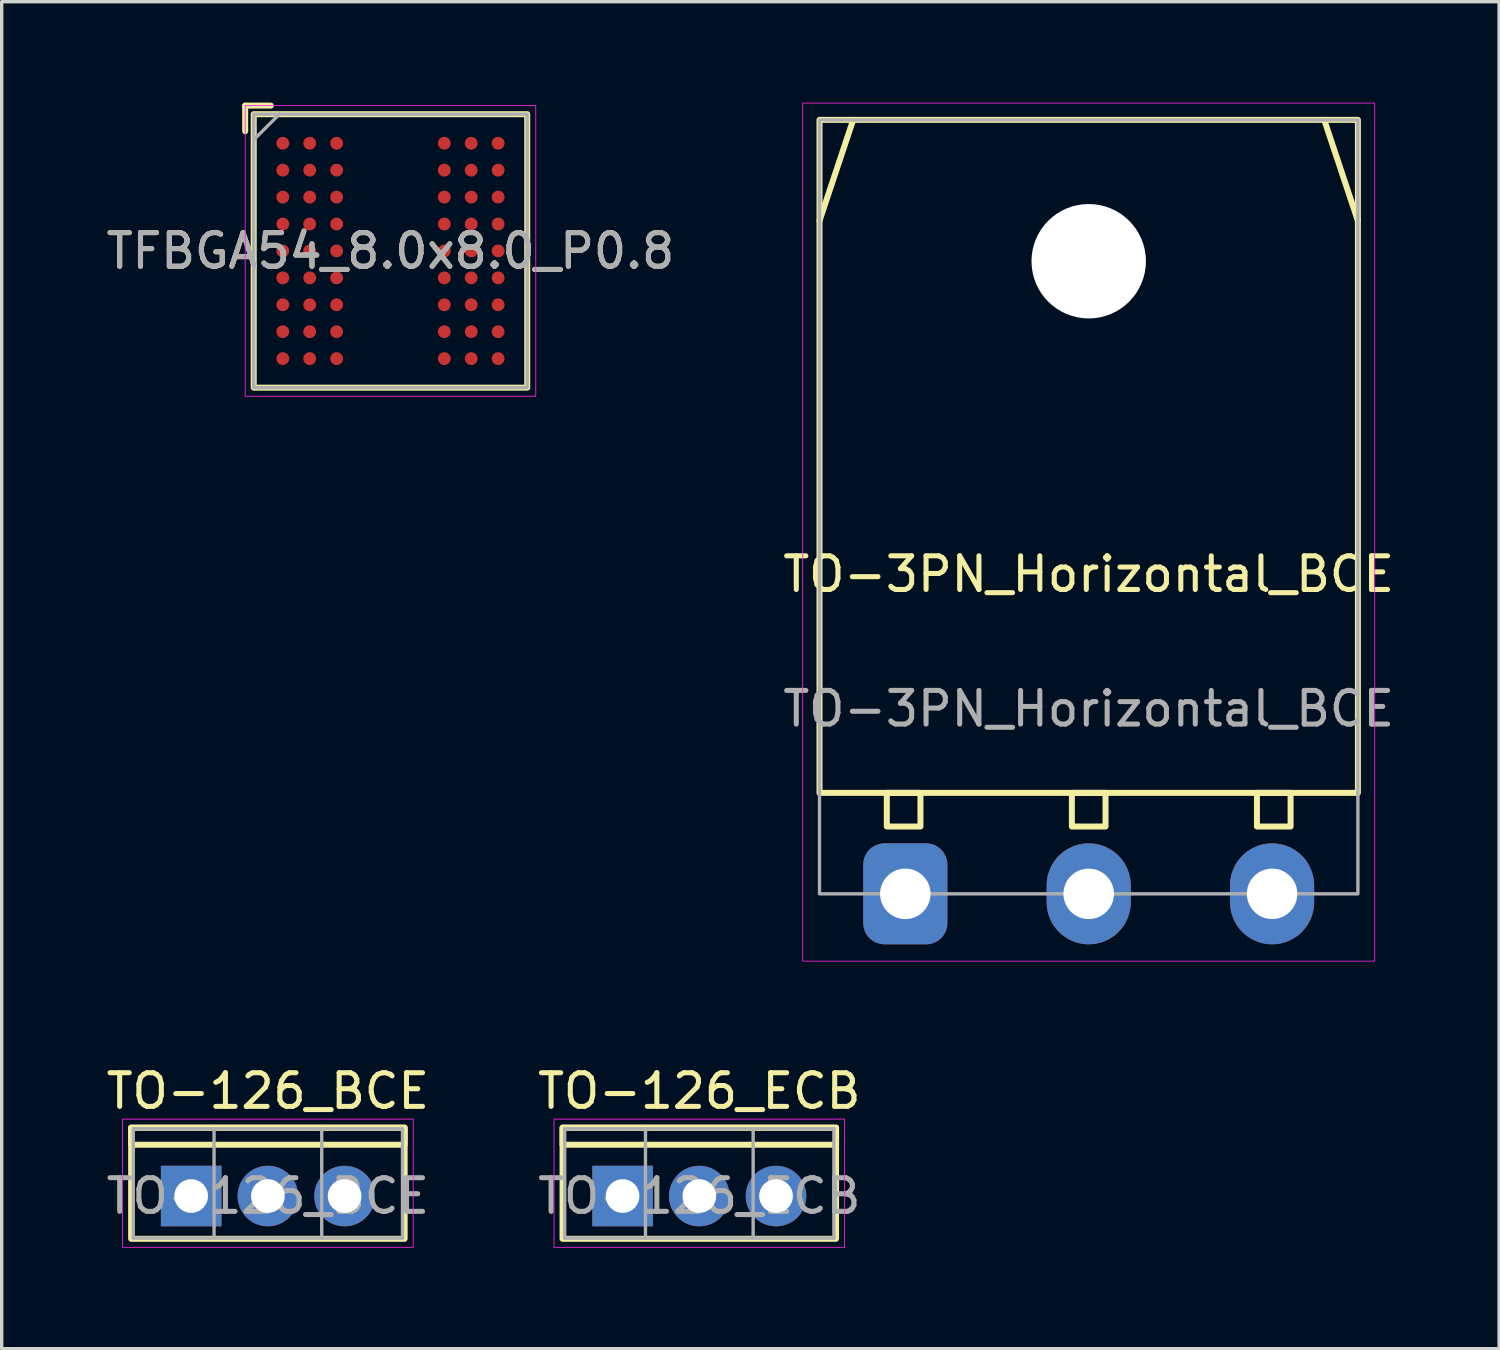
<source format=kicad_pcb>
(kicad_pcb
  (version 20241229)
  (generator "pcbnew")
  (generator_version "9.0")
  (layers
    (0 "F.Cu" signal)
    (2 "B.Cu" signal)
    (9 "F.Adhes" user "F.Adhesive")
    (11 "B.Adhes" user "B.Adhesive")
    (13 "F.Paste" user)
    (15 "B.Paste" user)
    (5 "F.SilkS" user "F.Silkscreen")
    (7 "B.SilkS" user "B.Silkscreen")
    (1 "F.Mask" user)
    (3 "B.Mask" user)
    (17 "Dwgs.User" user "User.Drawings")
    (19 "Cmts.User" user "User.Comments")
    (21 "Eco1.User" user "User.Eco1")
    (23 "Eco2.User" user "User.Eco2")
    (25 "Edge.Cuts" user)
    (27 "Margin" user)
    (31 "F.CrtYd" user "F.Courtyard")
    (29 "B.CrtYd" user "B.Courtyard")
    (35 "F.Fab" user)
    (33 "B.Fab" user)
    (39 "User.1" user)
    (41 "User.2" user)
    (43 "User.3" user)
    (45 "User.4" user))
  (footprint "TO-3PN_Horizontal_BCE"
    (layer "F.Cu")
    (at 29.304 23.513)
    (property "Reference" "TO-3PN_Horizontal_BCE" (at 0 -9.5 0) (unlocked yes) (layer "F.SilkS") (effects (font (size 1 1) (thickness 0.15))))
    (attr through_hole)
    (fp_line (start -7 -23) (end -8 -20) (stroke (width 0.178) (type solid)) (layer "F.SilkS"))
    (fp_line (start 8 -20) (end 7 -23) (stroke (width 0.178) (type solid)) (layer "F.SilkS"))
    (fp_rect (start -8 -3) (end 8 -23) (stroke (width 0.178) (type solid)) (fill no) (layer "F.SilkS"))
    (fp_rect (start -6 -3) (end -5 -2) (stroke (width 0.178) (type solid)) (fill no) (layer "F.SilkS"))
    (fp_rect (start -0.5 -3) (end 0.5 -2) (stroke (width 0.178) (type solid)) (fill no) (layer "F.SilkS"))
    (fp_rect (start 5 -3) (end 6 -2) (stroke (width 0.178) (type solid)) (fill no) (layer "F.SilkS"))
    (fp_rect (start -8.5 2) (end 8.5 -23.5) (stroke (width 0.025) (type solid)) (fill no) (layer "F.CrtYd"))
    (fp_rect (start -8 -23) (end 8 0) (stroke (width 0.1) (type solid)) (fill no) (layer "F.Fab"))
    (fp_text user "${REFERENCE}" (at 0 -5.5 0) (unlocked yes) (layer "F.Fab") (effects (font (size 1 1) (thickness 0.15))))
    (pad "" np_thru_hole circle (at 0 -18.8) (size 3.4 3.4) (drill 3.4) (layers "*.Cu" "*.Mask"))
    (pad "B" thru_hole roundrect (at -5.45 0) (size 2.5 3) (drill 1.5) (layers "*.Cu" "*.Mask") (roundrect_rratio 0.25))
    (pad "C" thru_hole oval (at 0 0) (size 2.5 3) (drill 1.5) (layers "*.Cu" "*.Mask"))
    (pad "E" thru_hole oval (at 5.45 0) (size 2.5 3) (drill 1.5) (layers "*.Cu" "*.Mask")))
  (footprint "TO-126_ECB"
    (layer "F.Cu")
    (at 17.732 32.494)
    (property "Reference" "TO-126_ECB" (at 0 -3.12 0) (layer "F.SilkS") (effects (font (size 1 1) (thickness 0.15))))
    (attr through_hole)
    (fp_rect (start -4.064 -2.032) (end 4.064 -1.524) (stroke (width 0.178) (type solid)) (fill no) (layer "F.SilkS"))
    (fp_rect (start -4.064 -2.032) (end 4.064 1.27) (stroke (width 0.178) (type solid)) (fill no) (layer "F.SilkS"))
    (fp_rect (start -4.318 -2.286) (end 4.318 1.524) (stroke (width 0.025) (type solid)) (fill no) (layer "F.CrtYd"))
    (fp_line (start -4 -2) (end -4 1.25) (stroke (width 0.1) (type solid)) (layer "F.Fab"))
    (fp_line (start -4 1.25) (end 4 1.25) (stroke (width 0.1) (type solid)) (layer "F.Fab"))
    (fp_line (start -1.6 -2) (end -1.6 1.25) (stroke (width 0.1) (type solid)) (layer "F.Fab"))
    (fp_line (start 1.6 -2) (end 1.6 1.25) (stroke (width 0.1) (type solid)) (layer "F.Fab"))
    (fp_line (start 4 -2) (end -4 -2) (stroke (width 0.1) (type solid)) (layer "F.Fab"))
    (fp_line (start 4 1.25) (end 4 -2) (stroke (width 0.1) (type solid)) (layer "F.Fab"))
    (fp_text user "${REFERENCE}" (at 0 0 0) (layer "F.Fab") (effects (font (size 1 1) (thickness 0.15))))
    (pad "B" thru_hole oval (at 2.28 0) (size 1.8 1.8) (drill 1) (layers "*.Cu" "*.Mask"))
    (pad "C" thru_hole oval (at 0 0) (size 1.8 1.8) (drill 1) (layers "*.Cu" "*.Mask"))
    (pad "E" thru_hole rect (at -2.28 0) (size 1.8 1.8) (drill 1) (layers "*.Cu" "*.Mask")))
  (footprint "TO-126_BCE"
    (layer "F.Cu")
    (at 4.911 32.494)
    (property "Reference" "TO-126_BCE" (at 0 -3.12 0) (layer "F.SilkS") (effects (font (size 1 1) (thickness 0.15))))
    (attr through_hole)
    (fp_rect (start -4.064 -2.032) (end 4.064 -1.524) (stroke (width 0.178) (type solid)) (fill no) (layer "F.SilkS"))
    (fp_rect (start -4.064 -2.032) (end 4.064 1.27) (stroke (width 0.178) (type solid)) (fill no) (layer "F.SilkS"))
    (fp_rect (start -4.318 -2.286) (end 4.318 1.524) (stroke (width 0.025) (type solid)) (fill no) (layer "F.CrtYd"))
    (fp_line (start -4 -2) (end -4 1.25) (stroke (width 0.1) (type solid)) (layer "F.Fab"))
    (fp_line (start -4 1.25) (end 4 1.25) (stroke (width 0.1) (type solid)) (layer "F.Fab"))
    (fp_line (start -1.6 -2) (end -1.6 1.25) (stroke (width 0.1) (type solid)) (layer "F.Fab"))
    (fp_line (start 1.6 -2) (end 1.6 1.25) (stroke (width 0.1) (type solid)) (layer "F.Fab"))
    (fp_line (start 4 -2) (end -4 -2) (stroke (width 0.1) (type solid)) (layer "F.Fab"))
    (fp_line (start 4 1.25) (end 4 -2) (stroke (width 0.1) (type solid)) (layer "F.Fab"))
    (fp_text user "${REFERENCE}" (at 0 0 0) (layer "F.Fab") (effects (font (size 1 1) (thickness 0.15))))
    (pad "B" thru_hole rect (at -2.28 0) (size 1.8 1.8) (drill 1) (layers "*.Cu" "*.Mask"))
    (pad "C" thru_hole oval (at 0 0) (size 1.8 1.8) (drill 1) (layers "*.Cu" "*.Mask"))
    (pad "E" thru_hole oval (at 2.28 0) (size 1.8 1.8) (drill 1) (layers "*.Cu" "*.Mask")))
  (footprint "TFBGA54_8.0x8.0_P0.8"
    (layer "F.Cu")
    (at 8.554 4.407)
    (property "Reference" "TFBGA54_8.0x8.0_P0.8" (at 0 0 0) (unlocked yes) (layer "F.SilkS") (effects (font (size 1 1) (thickness 0.15))))
    (attr smd)
    (fp_line (start -4.318 -4.318) (end -3.556 -4.318) (stroke (width 0.178) (type solid)) (layer "F.SilkS"))
    (fp_line (start -4.318 -3.556) (end -4.318 -4.318) (stroke (width 0.178) (type solid)) (layer "F.SilkS"))
    (fp_rect (start -4.064 -4.064) (end 4.064 4.064) (stroke (width 0.178) (type solid)) (fill no) (layer "F.SilkS"))
    (fp_rect (start -4.318 -4.318) (end 4.318 4.318) (stroke (width 0.025) (type solid)) (fill no) (layer "F.CrtYd"))
    (fp_line (start -4.064 -3.302) (end -3.302 -4.064) (stroke (width 0.1) (type solid)) (layer "F.Fab"))
    (fp_rect (start -4.064 -4.064) (end 4.064 4.064) (stroke (width 0.1) (type solid)) (fill no) (layer "F.Fab"))
    (fp_text user "${REFERENCE}" (at 0 0 0) (unlocked yes) (layer "F.Fab") (effects (font (size 1 1) (thickness 0.15))))
    (pad "A1" smd circle (at -3.2 -3.2) (size 0.381 0.381) (layers "F.Cu" "F.Mask" "F.Paste"))
    (pad "A2" smd circle (at -2.4 -3.2) (size 0.381 0.381) (layers "F.Cu" "F.Mask" "F.Paste"))
    (pad "A3" smd circle (at -1.6 -3.2) (size 0.381 0.381) (layers "F.Cu" "F.Mask" "F.Paste"))
    (pad "A7" smd circle (at 1.6 -3.2) (size 0.381 0.381) (layers "F.Cu" "F.Mask" "F.Paste"))
    (pad "A8" smd circle (at 2.4 -3.2) (size 0.381 0.381) (layers "F.Cu" "F.Mask" "F.Paste"))
    (pad "A9" smd circle (at 3.2 -3.2) (size 0.381 0.381) (layers "F.Cu" "F.Mask" "F.Paste"))
    (pad "B1" smd circle (at -3.2 -2.4) (size 0.381 0.381) (layers "F.Cu" "F.Mask" "F.Paste"))
    (pad "B2" smd circle (at -2.4 -2.4) (size 0.381 0.381) (layers "F.Cu" "F.Mask" "F.Paste"))
    (pad "B3" smd circle (at -1.6 -2.4) (size 0.381 0.381) (layers "F.Cu" "F.Mask" "F.Paste"))
    (pad "B7" smd circle (at 1.6 -2.4) (size 0.381 0.381) (layers "F.Cu" "F.Mask" "F.Paste"))
    (pad "B8" smd circle (at 2.4 -2.4) (size 0.381 0.381) (layers "F.Cu" "F.Mask" "F.Paste"))
    (pad "B9" smd circle (at 3.2 -2.4) (size 0.381 0.381) (layers "F.Cu" "F.Mask" "F.Paste"))
    (pad "C1" smd circle (at -3.2 -1.6) (size 0.381 0.381) (layers "F.Cu" "F.Mask" "F.Paste"))
    (pad "C2" smd circle (at -2.4 -1.6) (size 0.381 0.381) (layers "F.Cu" "F.Mask" "F.Paste"))
    (pad "C3" smd circle (at -1.6 -1.6) (size 0.381 0.381) (layers "F.Cu" "F.Mask" "F.Paste"))
    (pad "C7" smd circle (at 1.6 -1.6) (size 0.381 0.381) (layers "F.Cu" "F.Mask" "F.Paste"))
    (pad "C8" smd circle (at 2.4 -1.6) (size 0.381 0.381) (layers "F.Cu" "F.Mask" "F.Paste"))
    (pad "C9" smd circle (at 3.2 -1.6) (size 0.381 0.381) (layers "F.Cu" "F.Mask" "F.Paste"))
    (pad "D1" smd circle (at -3.2 -0.8) (size 0.381 0.381) (layers "F.Cu" "F.Mask" "F.Paste"))
    (pad "D2" smd circle (at -2.4 -0.8) (size 0.381 0.381) (layers "F.Cu" "F.Mask" "F.Paste"))
    (pad "D3" smd circle (at -1.6 -0.8) (size 0.381 0.381) (layers "F.Cu" "F.Mask" "F.Paste"))
    (pad "D7" smd circle (at 1.6 -0.8) (size 0.381 0.381) (layers "F.Cu" "F.Mask" "F.Paste"))
    (pad "D8" smd circle (at 2.4 -0.8) (size 0.381 0.381) (layers "F.Cu" "F.Mask" "F.Paste"))
    (pad "D9" smd circle (at 3.2 -0.8) (size 0.381 0.381) (layers "F.Cu" "F.Mask" "F.Paste"))
    (pad "E1" smd circle (at -3.2 0) (size 0.381 0.381) (layers "F.Cu" "F.Mask" "F.Paste"))
    (pad "E2" smd circle (at -2.4 0) (size 0.381 0.381) (layers "F.Cu" "F.Mask" "F.Paste"))
    (pad "E3" smd circle (at -1.6 0) (size 0.381 0.381) (layers "F.Cu" "F.Mask" "F.Paste"))
    (pad "E7" smd circle (at 1.6 0) (size 0.381 0.381) (layers "F.Cu" "F.Mask" "F.Paste"))
    (pad "E8" smd circle (at 2.4 0) (size 0.381 0.381) (layers "F.Cu" "F.Mask" "F.Paste"))
    (pad "E9" smd circle (at 3.2 0) (size 0.381 0.381) (layers "F.Cu" "F.Mask" "F.Paste"))
    (pad "F1" smd circle (at -3.2 0.8) (size 0.381 0.381) (layers "F.Cu" "F.Mask" "F.Paste"))
    (pad "F2" smd circle (at -2.4 0.8) (size 0.381 0.381) (layers "F.Cu" "F.Mask" "F.Paste"))
    (pad "F3" smd circle (at -1.6 0.8) (size 0.381 0.381) (layers "F.Cu" "F.Mask" "F.Paste"))
    (pad "F7" smd circle (at 1.6 0.8) (size 0.381 0.381) (layers "F.Cu" "F.Mask" "F.Paste"))
    (pad "F8" smd circle (at 2.4 0.8) (size 0.381 0.381) (layers "F.Cu" "F.Mask" "F.Paste"))
    (pad "F9" smd circle (at 3.2 0.8) (size 0.381 0.381) (layers "F.Cu" "F.Mask" "F.Paste"))
    (pad "G1" smd circle (at -3.2 1.6) (size 0.381 0.381) (layers "F.Cu" "F.Mask" "F.Paste"))
    (pad "G2" smd circle (at -2.4 1.6) (size 0.381 0.381) (layers "F.Cu" "F.Mask" "F.Paste"))
    (pad "G3" smd circle (at -1.6 1.6) (size 0.381 0.381) (layers "F.Cu" "F.Mask" "F.Paste"))
    (pad "G7" smd circle (at 1.6 1.6) (size 0.381 0.381) (layers "F.Cu" "F.Mask" "F.Paste"))
    (pad "G8" smd circle (at 2.4 1.6) (size 0.381 0.381) (layers "F.Cu" "F.Mask" "F.Paste"))
    (pad "G9" smd circle (at 3.2 1.6) (size 0.381 0.381) (layers "F.Cu" "F.Mask" "F.Paste"))
    (pad "H1" smd circle (at -3.2 2.4) (size 0.381 0.381) (layers "F.Cu" "F.Mask" "F.Paste"))
    (pad "H2" smd circle (at -2.4 2.4) (size 0.381 0.381) (layers "F.Cu" "F.Mask" "F.Paste"))
    (pad "H3" smd circle (at -1.6 2.4) (size 0.381 0.381) (layers "F.Cu" "F.Mask" "F.Paste"))
    (pad "H7" smd circle (at 1.6 2.4) (size 0.381 0.381) (layers "F.Cu" "F.Mask" "F.Paste"))
    (pad "H8" smd circle (at 2.4 2.4) (size 0.381 0.381) (layers "F.Cu" "F.Mask" "F.Paste"))
    (pad "H9" smd circle (at 3.2 2.4) (size 0.381 0.381) (layers "F.Cu" "F.Mask" "F.Paste"))
    (pad "J1" smd circle (at -3.2 3.2) (size 0.381 0.381) (layers "F.Cu" "F.Mask" "F.Paste"))
    (pad "J2" smd circle (at -2.4 3.2) (size 0.381 0.381) (layers "F.Cu" "F.Mask" "F.Paste"))
    (pad "J3" smd circle (at -1.6 3.2) (size 0.381 0.381) (layers "F.Cu" "F.Mask" "F.Paste"))
    (pad "J7" smd circle (at 1.6 3.2) (size 0.381 0.381) (layers "F.Cu" "F.Mask" "F.Paste"))
    (pad "J8" smd circle (at 2.4 3.2) (size 0.381 0.381) (layers "F.Cu" "F.Mask" "F.Paste"))
    (pad "J9" smd circle (at 3.2 3.2) (size 0.381 0.381) (layers "F.Cu" "F.Mask" "F.Paste")))
  (gr_rect
    (start -3 -3)
    (end 41.5 37.03)
    (stroke (width 0.1) (type default))
    (fill no)
    (layer "Edge.Cuts")))
</source>
